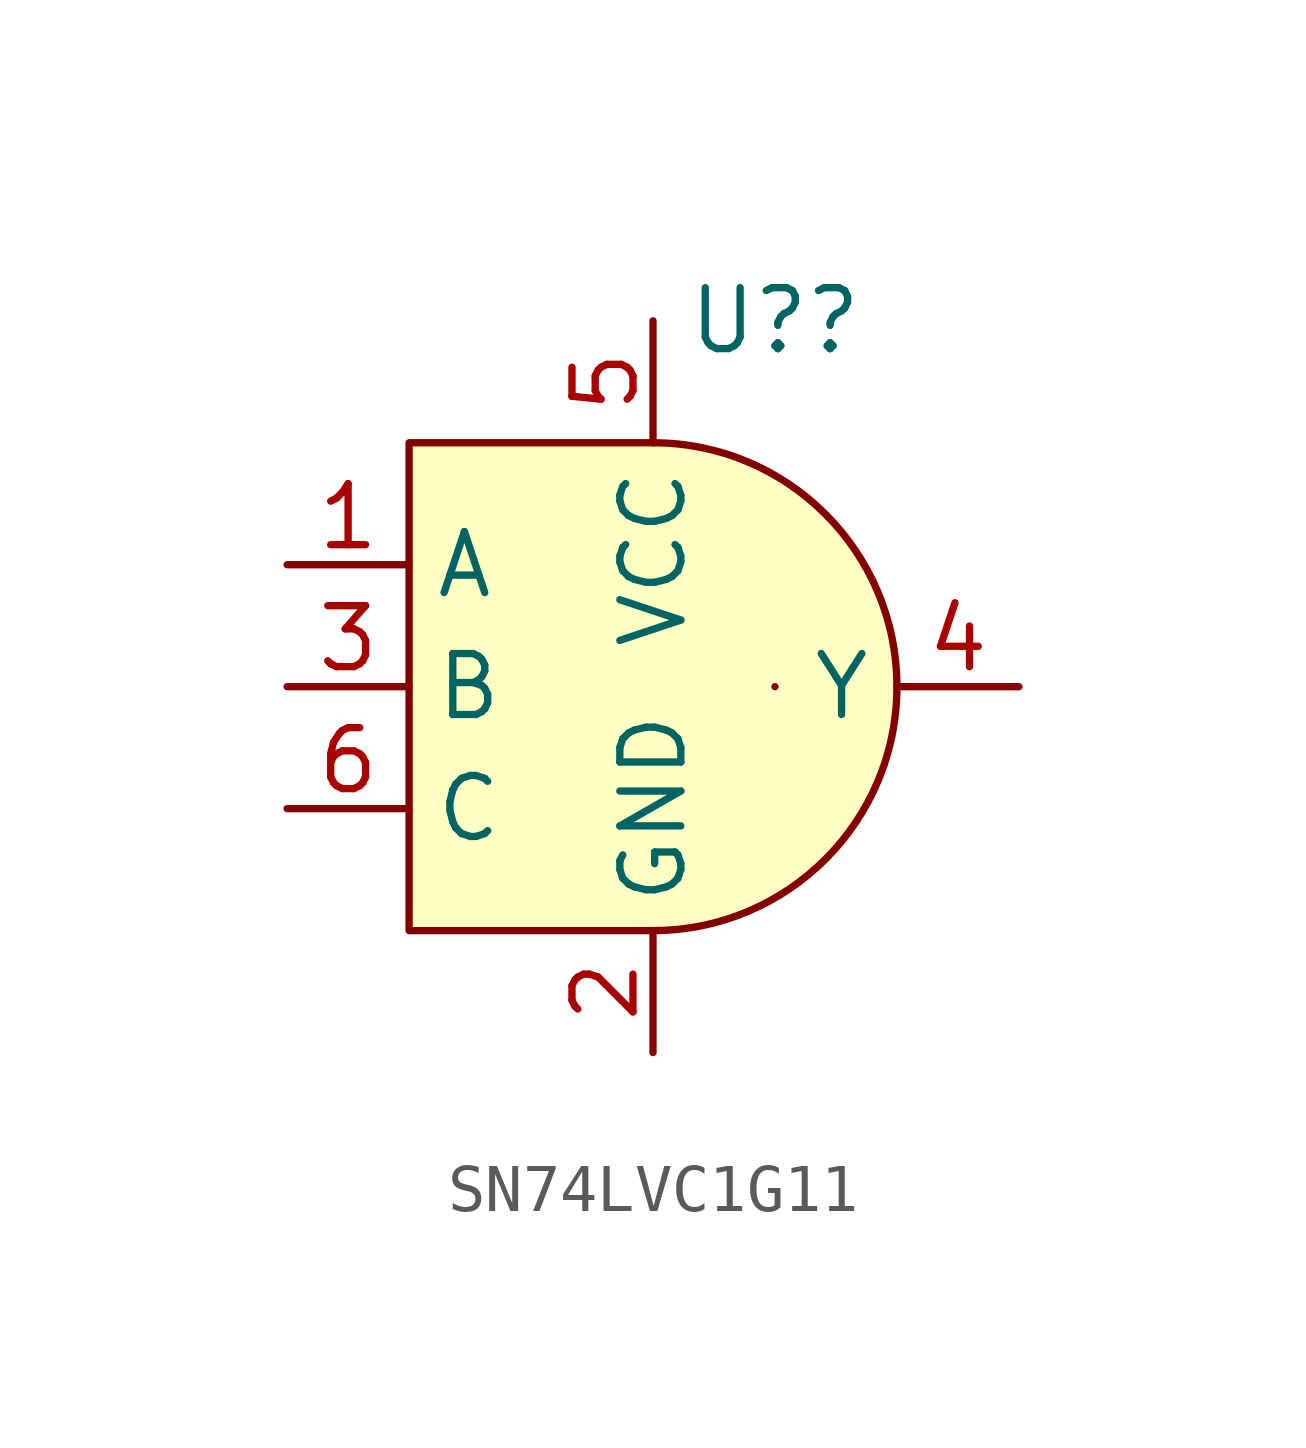
<source format=kicad_sym>
(kicad_symbol_lib
  (version 20241209)
  (generator "kicad_symbol_editor")
  (generator_version "9.0")
  (symbol "SN74LVC1G11"
    (property "Reference" "U?"
      (at 2.54 7.62 0)
      (effects (font (size 1.27 1.27))))
    (property "Value" ""
      (at 0 0 0)
      (effects (font (size 1.27 1.27))))
    (symbol "SN74LVC1G11_0_1"
      (arc (start 2.54 0) (mid 2.54 0) (end 2.54 0) (stroke (width 0) (type default)) (fill (type none))))
    (symbol "SN74LVC1G11_1_1"
      (polyline (pts (xy 0 5.08) (xy -5.08 5.08) (xy -5.08 -5.08) (xy 0 -5.08)) (stroke (width 0) (type solid)) (fill (type background)))
      (arc (start 0 5.08) (mid 5.08 0) (end 0 -5.08) (stroke (width 0) (type solid)) (fill (type background)))
      (pin input line (at -7.62 2.54 0) (length 2.54) (name "A" (effects (font (size 1.27 1.27)))) (number "1" (effects (font (size 1.27 1.27)))))
      (pin input line (at -7.62 0 0) (length 2.54) (name "B" (effects (font (size 1.27 1.27)))) (number "3" (effects (font (size 1.27 1.27)))))
      (pin input line (at -7.62 -2.54 0) (length 2.54) (name "C" (effects (font (size 1.27 1.27)))) (number "6" (effects (font (size 1.27 1.27)))))
      (pin power_in line (at 0 7.62 270) (length 2.54) (name "VCC" (effects (font (size 1.27 1.27)))) (number "5" (effects (font (size 1.27 1.27)))))
      (pin power_out line (at 0 -7.62 90) (length 2.54) (name "GND" (effects (font (size 1.27 1.27)))) (number "2" (effects (font (size 1.27 1.27)))))
      (pin output line (at 7.62 0 180) (length 2.54) (name "Y" (effects (font (size 1.27 1.27)))) (number "4" (effects (font (size 1.27 1.27))))))))
</source>
